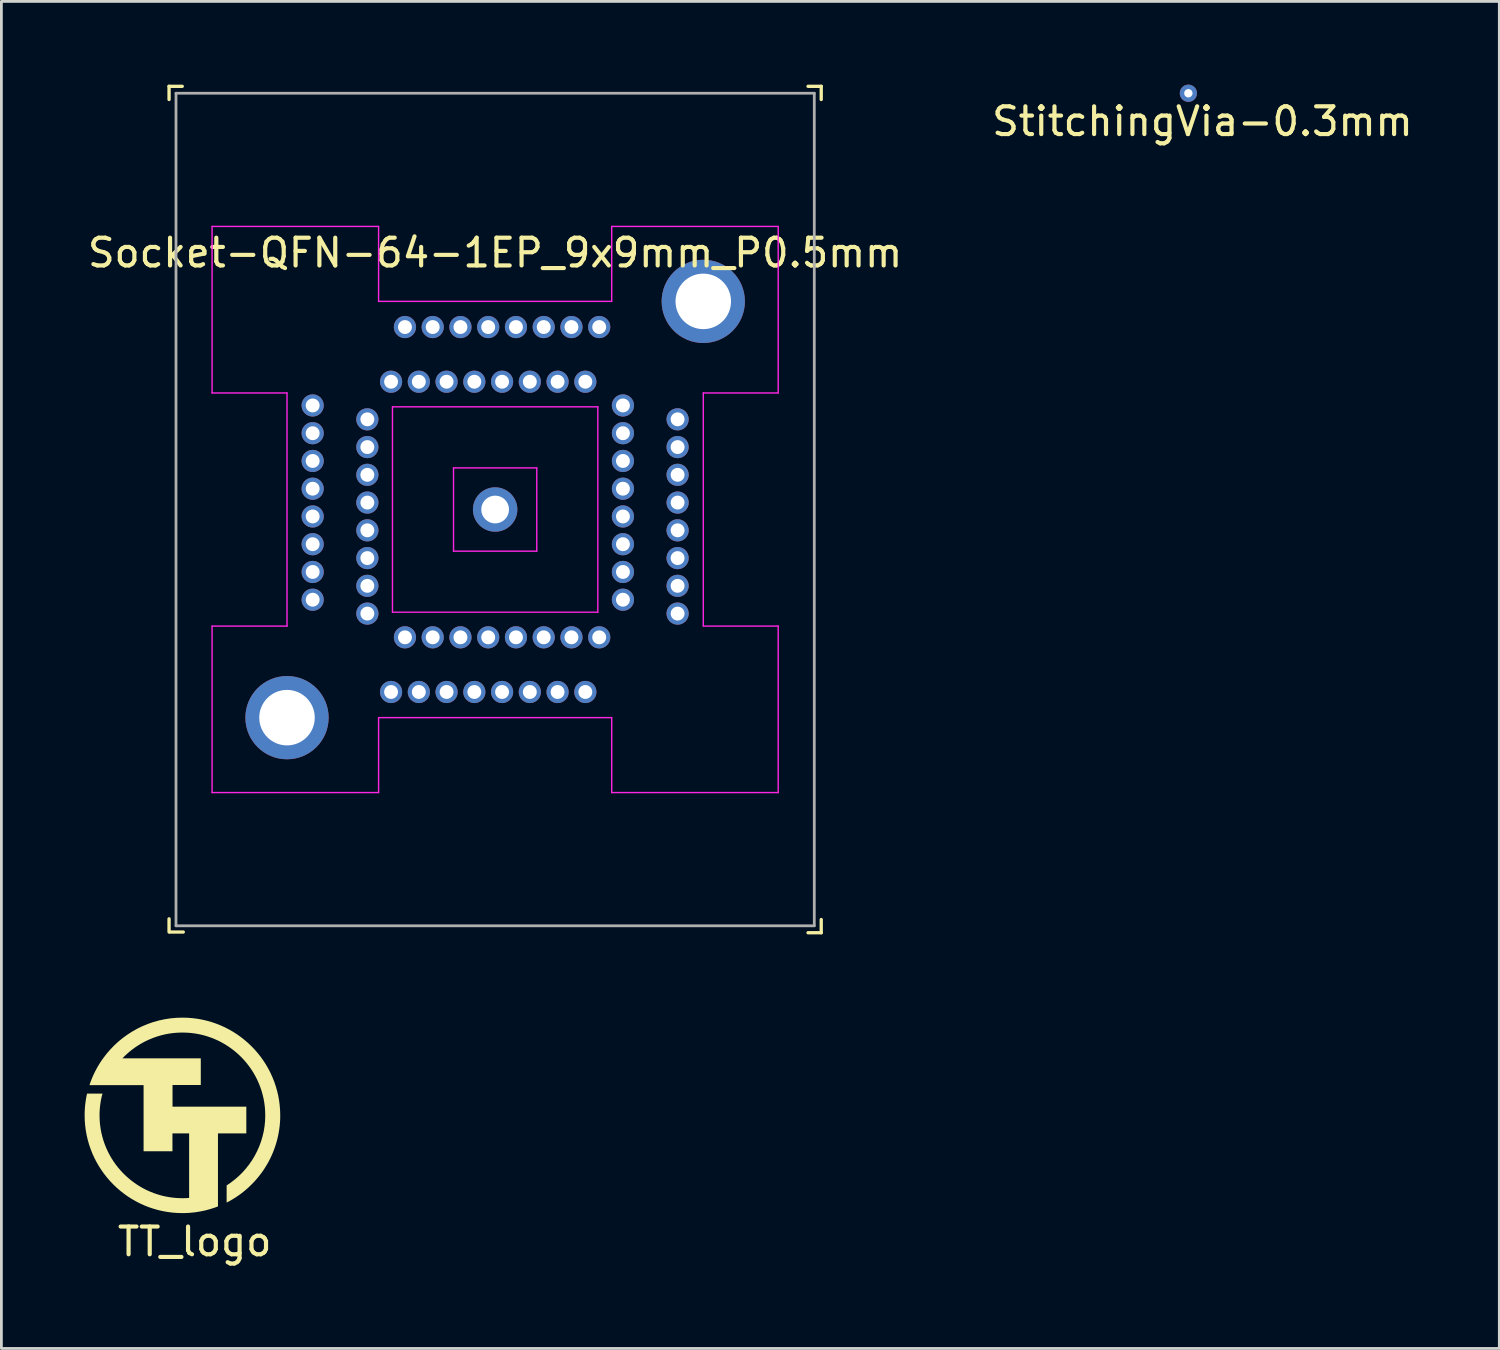
<source format=kicad_pcb>
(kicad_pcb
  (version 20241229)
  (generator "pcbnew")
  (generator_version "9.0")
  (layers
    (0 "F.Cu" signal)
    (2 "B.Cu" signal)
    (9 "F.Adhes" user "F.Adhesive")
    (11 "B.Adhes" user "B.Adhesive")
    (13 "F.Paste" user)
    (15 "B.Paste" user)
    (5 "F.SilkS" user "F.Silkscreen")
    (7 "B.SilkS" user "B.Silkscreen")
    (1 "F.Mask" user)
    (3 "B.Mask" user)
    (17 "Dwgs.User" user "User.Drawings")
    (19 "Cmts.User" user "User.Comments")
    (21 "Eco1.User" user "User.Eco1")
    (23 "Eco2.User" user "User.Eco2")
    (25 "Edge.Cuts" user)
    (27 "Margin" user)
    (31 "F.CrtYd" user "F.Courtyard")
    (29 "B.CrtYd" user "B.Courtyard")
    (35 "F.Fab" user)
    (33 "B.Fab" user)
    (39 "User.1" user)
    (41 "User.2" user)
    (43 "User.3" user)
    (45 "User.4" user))
  (footprint "StitchingVia-0.3mm"
    (layer "F.Cu")
    (at 39.772 0.31)
    (property "Reference" "StitchingVia-0.3mm" (at 0.508 1.016 0) (layer "F.SilkS") (effects (font (size 1 1) (thickness 0.15))))
    (attr through_hole board_only exclude_from_pos_files exclude_from_bom)
    (pad "1" thru_hole circle (at 0 0) (size 0.62 0.62) (drill 0.3) (layers "*.Cu")))
  (footprint "TT_logo"
    (layer "F.Cu")
    (at 3.564 37.192)
    (property "Reference" "TT_logo" (at 0.4 4.5 0) (unlocked yes) (layer "F.SilkS") (effects (font (size 1 1) (thickness 0.15))))
    (attr smd exclude_from_pos_files exclude_from_bom)
    (fp_poly (pts (xy 0.141 -3.568) (xy 0.319 -3.554) (xy 0.495 -3.532) (xy 0.669 -3.501) (xy 0.839 -3.461) (xy 1.006 -3.414) (xy 1.17 -3.358) (xy 1.329 -3.295) (xy 1.485 -3.225) (xy 1.637 -3.147) (xy 1.785 -3.062) (xy 1.928 -2.97) (xy 2.066 -2.872) (xy 2.199 -2.767) (xy 2.327 -2.657) (xy 2.449 -2.54) (xy 2.566 -2.418) (xy 2.677 -2.29) (xy 2.782 -2.157) (xy 2.88 -2.019) (xy 2.972 -1.876) (xy 3.057 -1.728) (xy 3.135 -1.576) (xy 3.205 -1.42) (xy 3.269 -1.261) (xy 3.324 -1.097) (xy 3.372 -0.93) (xy 3.412 -0.76) (xy 3.443 -0.587) (xy 3.465 -0.41) (xy 3.479 -0.232) (xy 3.484 -0.051) (xy 3.482 0.077) (xy 3.475 0.204) (xy 3.464 0.329) (xy 3.448 0.454) (xy 3.428 0.577) (xy 3.404 0.698) (xy 3.376 0.818) (xy 3.343 0.937) (xy 3.307 1.053) (xy 3.267 1.168) (xy 3.223 1.281) (xy 3.175 1.392) (xy 3.124 1.502) (xy 3.069 1.609) (xy 3.01 1.714) (xy 2.948 1.816) (xy 2.883 1.917) (xy 2.814 2.015) (xy 2.742 2.11) (xy 2.667 2.203) (xy 2.589 2.294) (xy 2.508 2.381) (xy 2.424 2.466) (xy 2.338 2.548) (xy 2.248 2.628) (xy 2.156 2.704) (xy 2.062 2.777) (xy 1.965 2.846) (xy 1.865 2.913) (xy 1.763 2.976) (xy 1.659 3.036) (xy 1.553 3.092) (xy 1.553 2.473) (xy 1.706 2.369) (xy 1.852 2.256) (xy 1.992 2.135) (xy 2.123 2.005) (xy 2.246 1.867) (xy 2.36 1.722) (xy 2.466 1.57) (xy 2.562 1.411) (xy 2.648 1.245) (xy 2.724 1.074) (xy 2.79 0.898) (xy 2.844 0.717) (xy 2.888 0.531) (xy 2.919 0.34) (xy 2.938 0.147) (xy 2.944 -0.051) (xy 2.94 -0.204) (xy 2.929 -0.356) (xy 2.91 -0.505) (xy 2.884 -0.652) (xy 2.85 -0.796) (xy 2.81 -0.937) (xy 2.763 -1.076) (xy 2.709 -1.211) (xy 2.65 -1.344) (xy 2.584 -1.472) (xy 2.512 -1.597) (xy 2.434 -1.718) (xy 2.351 -1.835) (xy 2.262 -1.948) (xy 2.168 -2.057) (xy 2.069 -2.16) (xy 1.966 -2.259) (xy 1.857 -2.353) (xy 1.744 -2.442) (xy 1.627 -2.525) (xy 1.506 -2.603) (xy 1.381 -2.675) (xy 1.253 -2.741) (xy 1.12 -2.8) (xy 0.985 -2.854) (xy 0.846 -2.901) (xy 0.705 -2.941) (xy 0.561 -2.975) (xy 0.414 -3.001) (xy 0.265 -3.02) (xy 0.113 -3.031) (xy -0.04 -3.035) (xy -0.198 -3.031) (xy -0.355 -3.019) (xy -0.509 -2.999) (xy -0.66 -2.971) (xy -0.809 -2.935) (xy -0.954 -2.892) (xy -1.097 -2.842) (xy -1.236 -2.785) (xy -1.372 -2.722) (xy -1.503 -2.652) (xy -1.631 -2.575) (xy -1.755 -2.493) (xy -1.874 -2.405) (xy -1.988 -2.311) (xy -2.097 -2.211) (xy -2.202 -2.107) (xy 0.621 -2.107) (xy 0.621 -1.144) (xy -0.397 -1.144) (xy -0.397 -0.363) (xy 2.262 -0.363) (xy 2.262 0.6) (xy 1.24 0.6) (xy 1.24 3.23) (xy 1.134 3.27) (xy 1.025 3.306) (xy 0.915 3.339) (xy 0.804 3.369) (xy 0.692 3.394) (xy 0.578 3.416) (xy 0.463 3.435) (xy 0.346 3.45) (xy 0.336 3.45) (xy 0.302 3.453) (xy 0.268 3.457) (xy 0.234 3.46) (xy 0.217 3.462) (xy 0.201 3.463) (xy 0.14 3.466) (xy 0.079 3.469) (xy 0.018 3.47) (xy -0.043 3.471) (xy -0.224 3.466) (xy -0.402 3.453) (xy -0.578 3.43) (xy -0.752 3.399) (xy -0.922 3.36) (xy -1.089 3.312) (xy -1.253 3.257) (xy -1.412 3.194) (xy -1.568 3.123) (xy -1.72 3.045) (xy -1.868 2.96) (xy -2.011 2.869) (xy -2.149 2.77) (xy -2.282 2.666) (xy -2.41 2.555) (xy -2.532 2.438) (xy -2.649 2.316) (xy -2.759 2.188) (xy -2.864 2.055) (xy -2.962 1.917) (xy -3.054 1.774) (xy -3.139 1.626) (xy -3.217 1.475) (xy -3.287 1.319) (xy -3.35 1.159) (xy -3.406 0.995) (xy -3.453 0.828) (xy -3.493 0.658) (xy -3.524 0.485) (xy -3.546 0.309) (xy -3.56 0.13) (xy -3.564 -0.051) (xy -3.563 -0.152) (xy -3.559 -0.252) (xy -3.552 -0.351) (xy -3.543 -0.449) (xy -3.53 -0.547) (xy -3.515 -0.644) (xy -3.498 -0.739) (xy -3.477 -0.834) (xy -2.921 -0.834) (xy -2.946 -0.74) (xy -2.967 -0.645) (xy -2.985 -0.549) (xy -3 -0.451) (xy -3.012 -0.353) (xy -3.02 -0.253) (xy -3.026 -0.153) (xy -3.027 -0.051) (xy -3.023 0.102) (xy -3.012 0.254) (xy -2.993 0.403) (xy -2.967 0.55) (xy -2.933 0.694) (xy -2.893 0.836) (xy -2.846 0.974) (xy -2.792 1.11) (xy -2.733 1.242) (xy -2.667 1.371) (xy -2.595 1.496) (xy -2.517 1.617) (xy -2.434 1.734) (xy -2.345 1.846) (xy -2.251 1.955) (xy -2.152 2.059) (xy -2.048 2.157) (xy -1.94 2.251) (xy -1.827 2.34) (xy -1.71 2.423) (xy -1.589 2.501) (xy -1.464 2.573) (xy -1.336 2.639) (xy -1.203 2.699) (xy -1.068 2.752) (xy -0.929 2.799) (xy -0.788 2.84) (xy -0.644 2.873) (xy -0.497 2.899) (xy -0.348 2.918) (xy -0.196 2.93) (xy -0.043 2.934) (xy 0.019 2.933) (xy 0.049 2.932) (xy 0.08 2.931) (xy 0.11 2.93) (xy 0.141 2.928) (xy 0.171 2.926) (xy 0.201 2.923) (xy 0.201 0.6) (xy -0.4 0.6) (xy -0.4 1.243) (xy -1.44 1.243) (xy -1.44 -1.141) (xy -3.39 -1.141) (xy -3.368 -1.206) (xy -3.345 -1.271) (xy -3.32 -1.335) (xy -3.295 -1.398) (xy -3.268 -1.46) (xy -3.24 -1.522) (xy -3.211 -1.584) (xy -3.181 -1.644) (xy -3.149 -1.704) (xy -3.117 -1.764) (xy -3.084 -1.822) (xy -3.049 -1.88) (xy -3.013 -1.937) (xy -2.977 -1.993) (xy -2.939 -2.049) (xy -2.9 -2.104) (xy -2.776 -2.267) (xy -2.642 -2.422) (xy -2.499 -2.57) (xy -2.349 -2.709) (xy -2.19 -2.839) (xy -2.024 -2.959) (xy -1.851 -3.07) (xy -1.672 -3.172) (xy -1.486 -3.262) (xy -1.294 -3.342) (xy -1.096 -3.411) (xy -0.894 -3.468) (xy -0.686 -3.513) (xy -0.475 -3.546) (xy -0.259 -3.566) (xy -0.04 -3.572)) (stroke (width 0) (type solid)) (fill yes) (layer "F.SilkS")))
  (footprint "Socket-QFN-64-1EP_9x9mm_P0.5mm"
    (layer "F.Cu")
    (at 14.792 15.31)
    (property "Reference" "Socket-QFN-64-1EP_9x9mm_P0.5mm" (at 0 -9.25 0) (layer "F.SilkS") (effects (font (size 1 1) (thickness 0.15))))
    (attr through_hole)
    (fp_line (start -11.75 -15.25) (end -11.275 -15.25) (stroke (width 0.12) (type solid)) (layer "F.SilkS"))
    (fp_line (start -11.75 -14.775) (end -11.75 -15.25) (stroke (width 0.12) (type solid)) (layer "F.SilkS"))
    (fp_line (start -11.75 14.75) (end -11.75 15.225) (stroke (width 0.12) (type solid)) (layer "F.SilkS"))
    (fp_line (start -11.238 15.225) (end -11.713 15.225) (stroke (width 0.12) (type solid)) (layer "F.SilkS"))
    (fp_line (start 11.75 -15.25) (end 11.275 -15.25) (stroke (width 0.12) (type solid)) (layer "F.SilkS"))
    (fp_line (start 11.75 -14.775) (end 11.75 -15.25) (stroke (width 0.12) (type solid)) (layer "F.SilkS"))
    (fp_line (start 11.75 14.775) (end 11.75 15.25) (stroke (width 0.12) (type solid)) (layer "F.SilkS"))
    (fp_line (start 11.75 15.25) (end 11.275 15.25) (stroke (width 0.12) (type solid)) (layer "F.SilkS"))
    (fp_line (start -10.2 -10.2) (end -4.2 -10.2) (stroke (width 0.05) (type default)) (layer "F.CrtYd"))
    (fp_line (start -10.2 -4.2) (end -10.2 -10.2) (stroke (width 0.05) (type default)) (layer "F.CrtYd"))
    (fp_line (start -10.2 4.2) (end -7.5 4.2) (stroke (width 0.05) (type default)) (layer "F.CrtYd"))
    (fp_line (start -10.2 10.2) (end -10.2 4.2) (stroke (width 0.05) (type default)) (layer "F.CrtYd"))
    (fp_line (start -7.5 -4.2) (end -10.2 -4.2) (stroke (width 0.05) (type default)) (layer "F.CrtYd"))
    (fp_line (start -7.5 4.2) (end -7.5 -4.2) (stroke (width 0.05) (type default)) (layer "F.CrtYd"))
    (fp_line (start -4.2 -10.2) (end -4.2 -7.5) (stroke (width 0.05) (type default)) (layer "F.CrtYd"))
    (fp_line (start -4.2 -7.5) (end 4.2 -7.5) (stroke (width 0.05) (type default)) (layer "F.CrtYd"))
    (fp_line (start -4.2 7.5) (end -4.2 10.2) (stroke (width 0.05) (type default)) (layer "F.CrtYd"))
    (fp_line (start -4.2 10.2) (end -10.2 10.2) (stroke (width 0.05) (type default)) (layer "F.CrtYd"))
    (fp_line (start -3.7 -3.7) (end -3.7 3.7) (stroke (width 0.05) (type default)) (layer "F.CrtYd"))
    (fp_line (start -3.7 3.7) (end 3.7 3.7) (stroke (width 0.05) (type default)) (layer "F.CrtYd"))
    (fp_line (start -1.5 -1.5) (end 1.5 -1.5) (stroke (width 0.05) (type default)) (layer "F.CrtYd"))
    (fp_line (start -1.5 1.5) (end -1.5 -1.5) (stroke (width 0.05) (type default)) (layer "F.CrtYd"))
    (fp_line (start 1.5 -1.5) (end 1.5 1.5) (stroke (width 0.05) (type default)) (layer "F.CrtYd"))
    (fp_line (start 1.5 1.5) (end -1.5 1.5) (stroke (width 0.05) (type default)) (layer "F.CrtYd"))
    (fp_line (start 3.7 -3.7) (end -3.7 -3.7) (stroke (width 0.05) (type default)) (layer "F.CrtYd"))
    (fp_line (start 3.7 3.7) (end 3.7 -3.7) (stroke (width 0.05) (type default)) (layer "F.CrtYd"))
    (fp_line (start 4.2 -10.2) (end 10.2 -10.2) (stroke (width 0.05) (type default)) (layer "F.CrtYd"))
    (fp_line (start 4.2 -7.5) (end 4.2 -10.2) (stroke (width 0.05) (type default)) (layer "F.CrtYd"))
    (fp_line (start 4.2 7.5) (end -4.2 7.5) (stroke (width 0.05) (type default)) (layer "F.CrtYd"))
    (fp_line (start 4.2 10.2) (end 4.2 7.5) (stroke (width 0.05) (type default)) (layer "F.CrtYd"))
    (fp_line (start 7.5 -4.2) (end 7.5 4.2) (stroke (width 0.05) (type default)) (layer "F.CrtYd"))
    (fp_line (start 7.5 4.2) (end 10.2 4.2) (stroke (width 0.05) (type default)) (layer "F.CrtYd"))
    (fp_line (start 10.2 -10.2) (end 10.2 -4.2) (stroke (width 0.05) (type default)) (layer "F.CrtYd"))
    (fp_line (start 10.2 -4.2) (end 7.5 -4.2) (stroke (width 0.05) (type default)) (layer "F.CrtYd"))
    (fp_line (start 10.2 4.2) (end 10.2 10.2) (stroke (width 0.05) (type default)) (layer "F.CrtYd"))
    (fp_line (start 10.2 10.2) (end 4.2 10.2) (stroke (width 0.05) (type default)) (layer "F.CrtYd"))
    (fp_line (start -11.5 -15) (end 11.5 -15) (stroke (width 0.1) (type default)) (layer "F.Fab"))
    (fp_line (start -11.5 15) (end -11.5 -15) (stroke (width 0.1) (type default)) (layer "F.Fab"))
    (fp_line (start 11.5 -15) (end 11.5 15) (stroke (width 0.1) (type default)) (layer "F.Fab"))
    (fp_line (start 11.5 15) (end -11.5 15) (stroke (width 0.1) (type default)) (layer "F.Fab"))
    (pad "" np_thru_hole circle (at -7.5 7.5 90) (size 3 3) (drill 2) (layers "*.Cu" "*.Mask"))
    (pad "" np_thru_hole circle (at 7.5 -7.5 90) (size 3 3) (drill 2) (layers "*.Cu" "*.Mask"))
    (pad "1" thru_hole circle (at -3.75 6.575 90) (size 0.8 0.8) (drill 0.5) (layers "*.Cu" "*.Mask"))
    (pad "2" thru_hole circle (at -3.25 4.605 90) (size 0.8 0.8) (drill 0.5) (layers "*.Cu" "*.Mask"))
    (pad "3" thru_hole circle (at -2.75 6.575 90) (size 0.8 0.8) (drill 0.5) (layers "*.Cu" "*.Mask"))
    (pad "4" thru_hole circle (at -2.25 4.605 90) (size 0.8 0.8) (drill 0.5) (layers "*.Cu" "*.Mask"))
    (pad "5" thru_hole circle (at -1.75 6.575 90) (size 0.8 0.8) (drill 0.5) (layers "*.Cu" "*.Mask"))
    (pad "6" thru_hole circle (at -1.25 4.605 90) (size 0.8 0.8) (drill 0.5) (layers "*.Cu" "*.Mask"))
    (pad "7" thru_hole circle (at -0.75 6.575 90) (size 0.8 0.8) (drill 0.5) (layers "*.Cu" "*.Mask"))
    (pad "8" thru_hole circle (at -0.25 4.605 90) (size 0.8 0.8) (drill 0.5) (layers "*.Cu" "*.Mask"))
    (pad "9" thru_hole circle (at 0.25 6.575 90) (size 0.8 0.8) (drill 0.5) (layers "*.Cu" "*.Mask"))
    (pad "10" thru_hole circle (at 0.75 4.605 90) (size 0.8 0.8) (drill 0.5) (layers "*.Cu" "*.Mask"))
    (pad "11" thru_hole circle (at 1.25 6.575 90) (size 0.8 0.8) (drill 0.5) (layers "*.Cu" "*.Mask"))
    (pad "12" thru_hole circle (at 1.75 4.605 90) (size 0.8 0.8) (drill 0.5) (layers "*.Cu" "*.Mask"))
    (pad "13" thru_hole circle (at 2.25 6.575 90) (size 0.8 0.8) (drill 0.5) (layers "*.Cu" "*.Mask"))
    (pad "14" thru_hole circle (at 2.75 4.605 90) (size 0.8 0.8) (drill 0.5) (layers "*.Cu" "*.Mask"))
    (pad "15" thru_hole circle (at 3.25 6.575 90) (size 0.8 0.8) (drill 0.5) (layers "*.Cu" "*.Mask"))
    (pad "16" thru_hole circle (at 3.75 4.605 90) (size 0.8 0.8) (drill 0.5) (layers "*.Cu" "*.Mask"))
    (pad "17" thru_hole circle (at 6.575 3.75 90) (size 0.8 0.8) (drill 0.5) (layers "*.Cu" "*.Mask"))
    (pad "18" thru_hole circle (at 4.605 3.25 90) (size 0.8 0.8) (drill 0.5) (layers "*.Cu" "*.Mask"))
    (pad "19" thru_hole circle (at 6.575 2.75 90) (size 0.8 0.8) (drill 0.5) (layers "*.Cu" "*.Mask"))
    (pad "20" thru_hole circle (at 4.605 2.25 90) (size 0.8 0.8) (drill 0.5) (layers "*.Cu" "*.Mask"))
    (pad "21" thru_hole circle (at 6.575 1.75 90) (size 0.8 0.8) (drill 0.5) (layers "*.Cu" "*.Mask"))
    (pad "22" thru_hole circle (at 4.605 1.25 90) (size 0.8 0.8) (drill 0.5) (layers "*.Cu" "*.Mask"))
    (pad "23" thru_hole circle (at 6.575 0.75 90) (size 0.8 0.8) (drill 0.5) (layers "*.Cu" "*.Mask"))
    (pad "24" thru_hole circle (at 4.605 0.25 90) (size 0.8 0.8) (drill 0.5) (layers "*.Cu" "*.Mask"))
    (pad "25" thru_hole circle (at 6.575 -0.25 90) (size 0.8 0.8) (drill 0.5) (layers "*.Cu" "*.Mask"))
    (pad "26" thru_hole circle (at 4.605 -0.75 90) (size 0.8 0.8) (drill 0.5) (layers "*.Cu" "*.Mask"))
    (pad "27" thru_hole circle (at 6.575 -1.25 90) (size 0.8 0.8) (drill 0.5) (layers "*.Cu" "*.Mask"))
    (pad "28" thru_hole circle (at 4.605 -1.75 90) (size 0.8 0.8) (drill 0.5) (layers "*.Cu" "*.Mask"))
    (pad "29" thru_hole circle (at 6.575 -2.25 90) (size 0.8 0.8) (drill 0.5) (layers "*.Cu" "*.Mask"))
    (pad "30" thru_hole circle (at 4.605 -2.75 90) (size 0.8 0.8) (drill 0.5) (layers "*.Cu" "*.Mask"))
    (pad "31" thru_hole circle (at 6.575 -3.25 90) (size 0.8 0.8) (drill 0.5) (layers "*.Cu" "*.Mask"))
    (pad "32" thru_hole circle (at 4.605 -3.75 90) (size 0.8 0.8) (drill 0.5) (layers "*.Cu" "*.Mask"))
    (pad "33" thru_hole circle (at 3.75 -6.575 90) (size 0.8 0.8) (drill 0.5) (layers "*.Cu" "*.Mask"))
    (pad "34" thru_hole circle (at 3.25 -4.605 90) (size 0.8 0.8) (drill 0.5) (layers "*.Cu" "*.Mask"))
    (pad "35" thru_hole circle (at 2.75 -6.575 90) (size 0.8 0.8) (drill 0.5) (layers "*.Cu" "*.Mask"))
    (pad "36" thru_hole circle (at 2.25 -4.605 90) (size 0.8 0.8) (drill 0.5) (layers "*.Cu" "*.Mask"))
    (pad "37" thru_hole circle (at 1.75 -6.575 90) (size 0.8 0.8) (drill 0.5) (layers "*.Cu" "*.Mask"))
    (pad "38" thru_hole circle (at 1.25 -4.605 90) (size 0.8 0.8) (drill 0.5) (layers "*.Cu" "*.Mask"))
    (pad "39" thru_hole circle (at 0.75 -6.575 90) (size 0.8 0.8) (drill 0.5) (layers "*.Cu" "*.Mask"))
    (pad "40" thru_hole circle (at 0.25 -4.605 90) (size 0.8 0.8) (drill 0.5) (layers "*.Cu" "*.Mask"))
    (pad "41" thru_hole circle (at -0.25 -6.575 90) (size 0.8 0.8) (drill 0.5) (layers "*.Cu" "*.Mask"))
    (pad "42" thru_hole circle (at -0.75 -4.605 90) (size 0.8 0.8) (drill 0.5) (layers "*.Cu" "*.Mask"))
    (pad "43" thru_hole circle (at -1.25 -6.575 90) (size 0.8 0.8) (drill 0.5) (layers "*.Cu" "*.Mask"))
    (pad "44" thru_hole circle (at -1.75 -4.605 90) (size 0.8 0.8) (drill 0.5) (layers "*.Cu" "*.Mask"))
    (pad "45" thru_hole circle (at -2.25 -6.575 90) (size 0.8 0.8) (drill 0.5) (layers "*.Cu" "*.Mask"))
    (pad "46" thru_hole circle (at -2.75 -4.605 90) (size 0.8 0.8) (drill 0.5) (layers "*.Cu" "*.Mask"))
    (pad "47" thru_hole circle (at -3.25 -6.575 90) (size 0.8 0.8) (drill 0.5) (layers "*.Cu" "*.Mask"))
    (pad "48" thru_hole circle (at -3.75 -4.605 90) (size 0.8 0.8) (drill 0.5) (layers "*.Cu" "*.Mask"))
    (pad "49" thru_hole circle (at -6.575 -3.75 90) (size 0.8 0.8) (drill 0.5) (layers "*.Cu" "*.Mask"))
    (pad "50" thru_hole circle (at -4.605 -3.25 90) (size 0.8 0.8) (drill 0.5) (layers "*.Cu" "*.Mask"))
    (pad "51" thru_hole circle (at -6.575 -2.75 90) (size 0.8 0.8) (drill 0.5) (layers "*.Cu" "*.Mask"))
    (pad "52" thru_hole circle (at -4.605 -2.25 90) (size 0.8 0.8) (drill 0.5) (layers "*.Cu" "*.Mask"))
    (pad "53" thru_hole circle (at -6.575 -1.75 90) (size 0.8 0.8) (drill 0.5) (layers "*.Cu" "*.Mask"))
    (pad "54" thru_hole circle (at -4.605 -1.25 90) (size 0.8 0.8) (drill 0.5) (layers "*.Cu" "*.Mask"))
    (pad "55" thru_hole circle (at -6.575 -0.75 90) (size 0.8 0.8) (drill 0.5) (layers "*.Cu" "*.Mask"))
    (pad "56" thru_hole circle (at -4.605 -0.25 90) (size 0.8 0.8) (drill 0.5) (layers "*.Cu" "*.Mask"))
    (pad "57" thru_hole circle (at -6.575 0.25 90) (size 0.8 0.8) (drill 0.5) (layers "*.Cu" "*.Mask"))
    (pad "58" thru_hole circle (at -4.605 0.75 90) (size 0.8 0.8) (drill 0.5) (layers "*.Cu" "*.Mask"))
    (pad "59" thru_hole circle (at -6.575 1.25 90) (size 0.8 0.8) (drill 0.5) (layers "*.Cu" "*.Mask"))
    (pad "60" thru_hole circle (at -4.605 1.75 90) (size 0.8 0.8) (drill 0.5) (layers "*.Cu" "*.Mask"))
    (pad "61" thru_hole circle (at -6.575 2.25 90) (size 0.8 0.8) (drill 0.5) (layers "*.Cu" "*.Mask"))
    (pad "62" thru_hole circle (at -4.605 2.75 90) (size 0.8 0.8) (drill 0.5) (layers "*.Cu" "*.Mask"))
    (pad "63" thru_hole circle (at -6.575 3.25 90) (size 0.8 0.8) (drill 0.5) (layers "*.Cu" "*.Mask"))
    (pad "64" thru_hole circle (at -4.605 3.75 90) (size 0.8 0.8) (drill 0.5) (layers "*.Cu" "*.Mask"))
    (pad "65" thru_hole circle (at 0 0 90) (size 1.6 1.6) (drill 1) (layers "*.Cu" "*.Mask")))
  (gr_rect
    (start -3 -3)
    (end 50.976 45.541)
    (stroke (width 0.1) (type default))
    (fill no)
    (layer "Edge.Cuts")))
</source>
